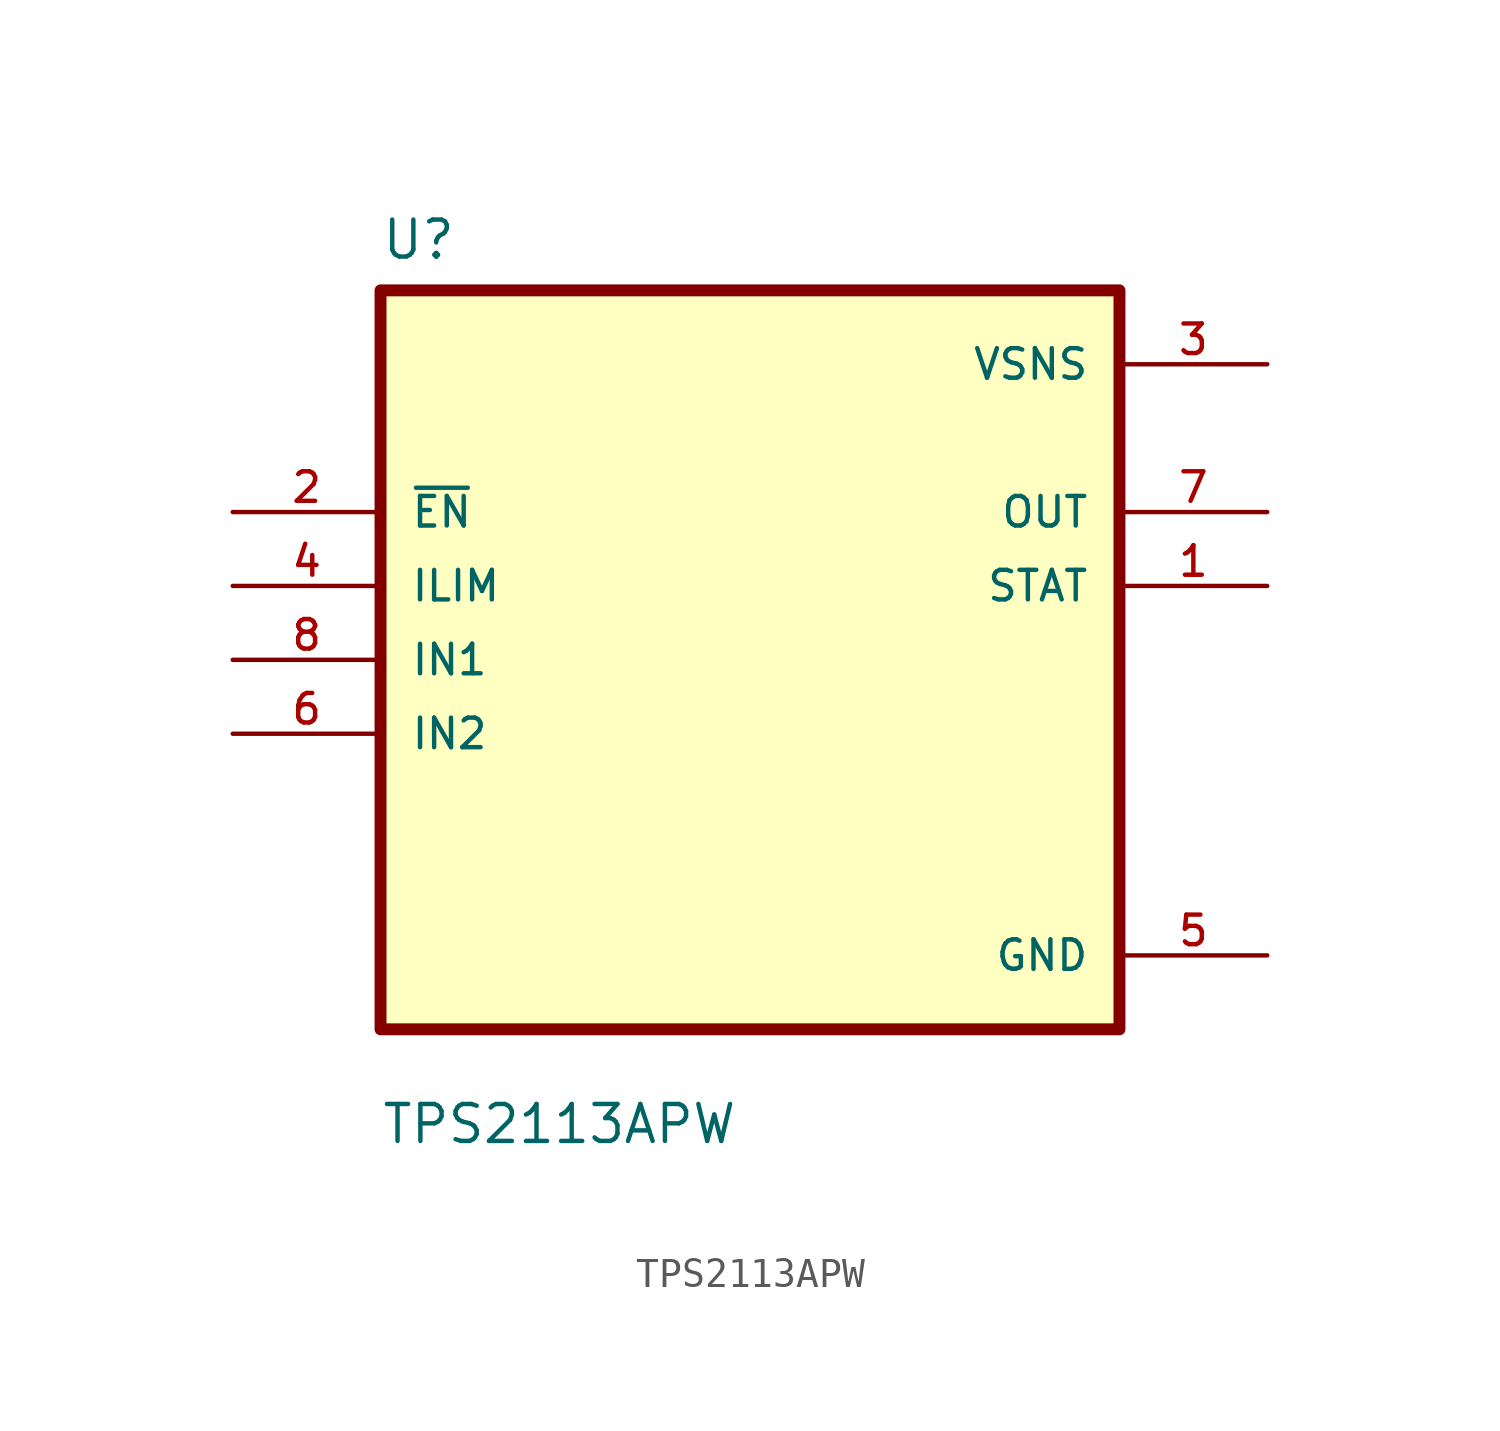
<source format=kicad_sym>
(kicad_symbol_lib
  (version 20211014)
  (generator kicad_symbol_editor)
  (symbol "TPS2113APW"
    (pin_names
      (offset 1.016))
    (property "Reference" "U"
      (at -12.7 13.7 0.0)
      (effects (font (size 1.27 1.27)) (justify bottom left)))
    (property "Value" "TPS2113APW"
      (at -12.7 -16.7 0.0)
      (effects (font (size 1.27 1.27)) (justify bottom left)))
    (symbol "TPS2113APW_0_0"
      (rectangle (start -12.7 -12.7) (end 12.7 12.7) (stroke (width 0.41)) (fill (type background)))
      (pin input line (at -17.78 5.08 0) (length 5.08) (name "~{EN}" (effects (font (size 1.016 1.016)))) (number "2" (effects (font (size 1.016 1.016)))))
      (pin input line (at -17.78 2.54 0) (length 5.08) (name "ILIM" (effects (font (size 1.016 1.016)))) (number "4" (effects (font (size 1.016 1.016)))))
      (pin input line (at -17.78 -8.88178e-16 0) (length 5.08) (name "IN1" (effects (font (size 1.016 1.016)))) (number "8" (effects (font (size 1.016 1.016)))))
      (pin input line (at -17.78 -2.54 0) (length 5.08) (name "IN2" (effects (font (size 1.016 1.016)))) (number "6" (effects (font (size 1.016 1.016)))))
      (pin power_in line (at 17.78 10.16 180.0) (length 5.08) (name "VSNS" (effects (font (size 1.016 1.016)))) (number "3" (effects (font (size 1.016 1.016)))))
      (pin output line (at 17.78 5.08 180.0) (length 5.08) (name "OUT" (effects (font (size 1.016 1.016)))) (number "7" (effects (font (size 1.016 1.016)))))
      (pin output line (at 17.78 2.54 180.0) (length 5.08) (name "STAT" (effects (font (size 1.016 1.016)))) (number "1" (effects (font (size 1.016 1.016)))))
      (pin power_in line (at 17.78 -10.16 180.0) (length 5.08) (name "GND" (effects (font (size 1.016 1.016)))) (number "5" (effects (font (size 1.016 1.016))))))))
</source>
